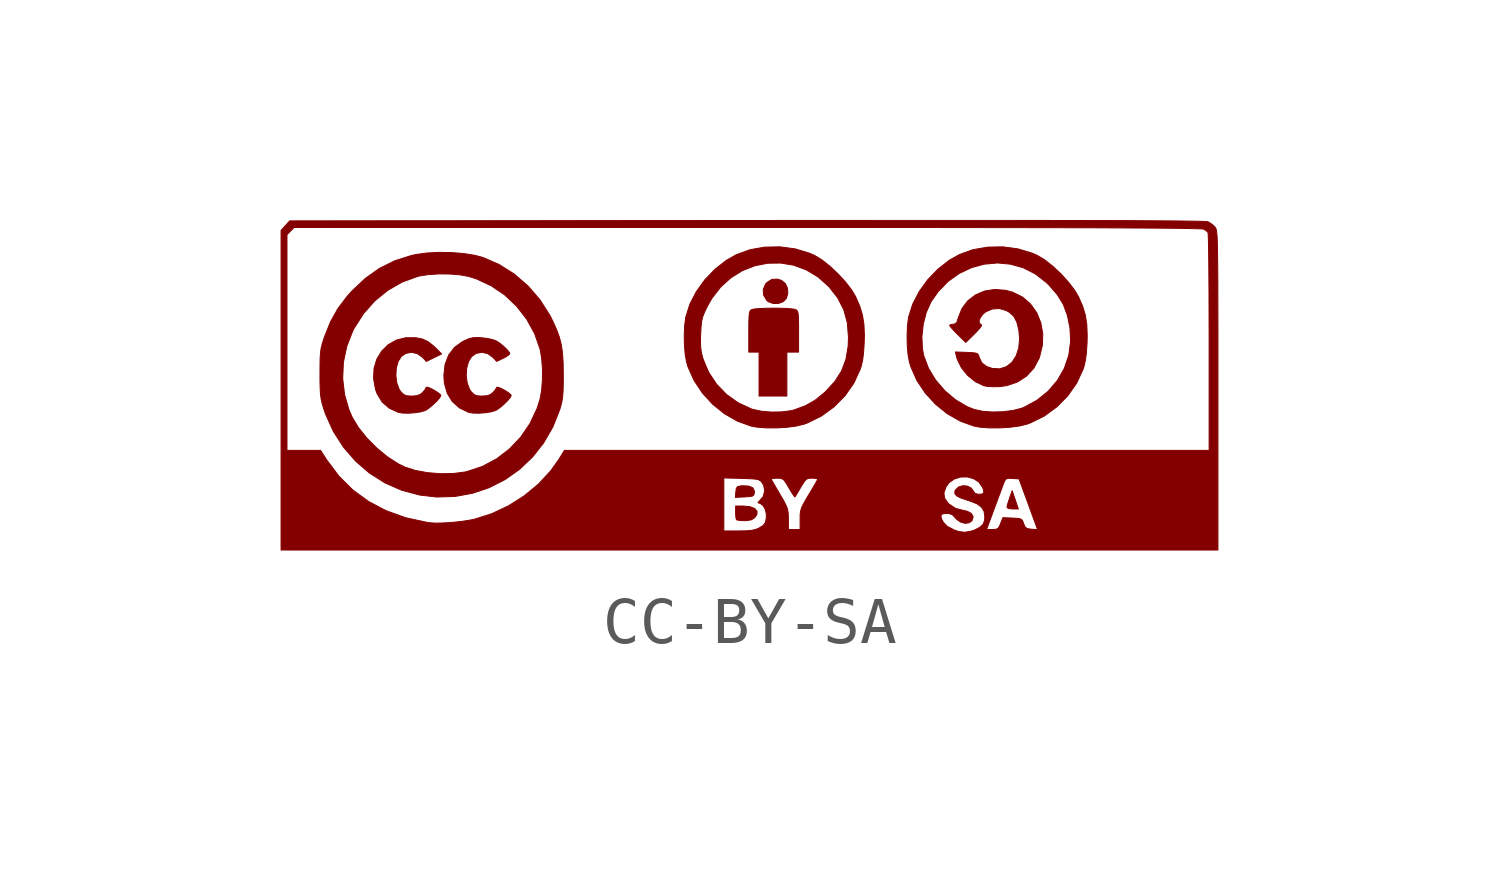
<source format=kicad_sym>
(kicad_symbol_lib
  (version 20231120)
  (generator "kicad_symbol_editor")
  (generator_version "8.0")
  (symbol "CC-BY-SA"
    (pin_names
      (offset 1.016))
    (property "Reference" "#G"
      (at 0 2.869 0)
      (effects (font (size 1.27 1.27)) (hide yes)))
    (symbol "CC-BY-SA_0_0"
      (polyline (pts (xy 5.686 -2.464) (xy 5.62 -2.269) (xy 5.565 -2.425) (xy 5.545 -2.484) (xy 5.519 -2.57) (xy 5.508 -2.62) (xy 5.508 -2.623) (xy 5.541 -2.65) (xy 5.628 -2.659) (xy 5.752 -2.659) (xy 5.686 -2.464)) (stroke (width 0.01) (type default)) (fill (type outline)))
      (polyline (pts (xy -0.088 -2.402) (xy -0.07 -2.401) (xy 0.03 -2.394) (xy 0.085 -2.381) (xy 0.11 -2.355) (xy 0.119 -2.309) (xy 0.12 -2.279) (xy 0.087 -2.208) (xy 0.002 -2.17) (xy -0.134 -2.164) (xy -0.178 -2.168) (xy -0.239 -2.182) (xy -0.266 -2.218) (xy -0.276 -2.293) (xy -0.285 -2.412) (xy -0.088 -2.402)) (stroke (width 0.01) (type default)) (fill (type outline)))
      (polyline (pts (xy -0.052 -2.908) (xy 0.054 -2.891) (xy 0.125 -2.847) (xy 0.174 -2.777) (xy 0.176 -2.706) (xy 0.125 -2.648) (xy 0.026 -2.61) (xy -0.116 -2.596) (xy -0.281 -2.596) (xy -0.281 -2.732) (xy -0.281 -2.767) (xy -0.274 -2.847) (xy -0.261 -2.888) (xy -0.246 -2.895) (xy -0.181 -2.905) (xy -0.089 -2.909) (xy -0.052 -2.908)) (stroke (width 0.01) (type default)) (fill (type outline)))
      (polyline (pts (xy 0.637 1.726) (xy 0.741 1.767) (xy 0.801 1.834) (xy 0.833 1.938) (xy 0.826 2.05) (xy 0.781 2.149) (xy 0.7 2.217) (xy 0.615 2.245) (xy 0.493 2.24) (xy 0.39 2.175) (xy 0.357 2.138) (xy 0.308 2.023) (xy 0.317 1.903) (xy 0.384 1.791) (xy 0.418 1.762) (xy 0.521 1.725) (xy 0.637 1.726)) (stroke (width 0.01) (type default)) (fill (type outline)))
      (polyline (pts (xy 0.813 0.219) (xy 0.813 0.688) (xy 0.938 0.688) (xy 1.063 0.688) (xy 1.063 1.125) (xy 1.063 1.281) (xy 1.06 1.409) (xy 1.055 1.494) (xy 1.044 1.547) (xy 1.027 1.577) (xy 1.003 1.594) (xy 0.995 1.598) (xy 0.924 1.61) (xy 0.811 1.619) (xy 0.669 1.624) (xy 0.513 1.626) (xy 0.359 1.623) (xy 0.223 1.617) (xy 0.118 1.608) (xy 0.06 1.594) (xy 0.039 1.579) (xy 0.021 1.551) (xy 0.01 1.502) (xy 0.004 1.422) (xy 0.001 1.3) (xy 0 1.125) (xy 0 0.688) (xy 0.11 0.688) (xy 0.219 0.688) (xy 0.219 0.219) (xy 0.219 -0.25) (xy 0.516 -0.25) (xy 0.813 -0.25) (xy 0.813 0.219)) (stroke (width 0.01) (type default)) (fill (type outline)))
      (polyline (pts (xy -7.119 -0.606) (xy -6.989 -0.585) (xy -6.897 -0.555) (xy -6.889 -0.551) (xy -6.813 -0.499) (xy -6.728 -0.427) (xy -6.649 -0.35) (xy -6.592 -0.282) (xy -6.569 -0.237) (xy -6.584 -0.215) (xy -6.641 -0.17) (xy -6.726 -0.117) (xy -6.794 -0.083) (xy -6.857 -0.06) (xy -6.882 -0.064) (xy -6.882 -0.067) (xy -6.907 -0.113) (xy -6.959 -0.173) (xy -7.005 -0.212) (xy -7.08 -0.242) (xy -7.19 -0.25) (xy -7.207 -0.25) (xy -7.302 -0.243) (xy -7.366 -0.215) (xy -7.424 -0.157) (xy -7.459 -0.106) (xy -7.509 0.029) (xy -7.529 0.185) (xy -7.52 0.345) (xy -7.481 0.488) (xy -7.413 0.595) (xy -7.319 0.66) (xy -7.195 0.684) (xy -7.069 0.654) (xy -6.956 0.572) (xy -6.879 0.489) (xy -6.716 0.569) (xy -6.553 0.649) (xy -6.694 0.79) (xy -6.727 0.821) (xy -6.848 0.913) (xy -6.96 0.966) (xy -7.1 0.994) (xy -7.319 0.995) (xy -7.517 0.945) (xy -7.69 0.848) (xy -7.83 0.712) (xy -7.934 0.542) (xy -7.995 0.345) (xy -8.006 0.127) (xy -7.964 -0.106) (xy -7.928 -0.203) (xy -7.823 -0.376) (xy -7.674 -0.507) (xy -7.476 -0.598) (xy -7.39 -0.613) (xy -7.261 -0.616) (xy -7.119 -0.606)) (stroke (width 0.01) (type default)) (fill (type outline)))
      (polyline (pts (xy -5.617 -0.606) (xy -5.488 -0.585) (xy -5.396 -0.555) (xy -5.388 -0.551) (xy -5.311 -0.499) (xy -5.227 -0.427) (xy -5.148 -0.35) (xy -5.09 -0.282) (xy -5.068 -0.237) (xy -5.082 -0.215) (xy -5.139 -0.17) (xy -5.224 -0.117) (xy -5.293 -0.083) (xy -5.356 -0.06) (xy -5.38 -0.064) (xy -5.381 -0.067) (xy -5.405 -0.113) (xy -5.457 -0.173) (xy -5.504 -0.212) (xy -5.579 -0.242) (xy -5.689 -0.25) (xy -5.706 -0.25) (xy -5.801 -0.243) (xy -5.864 -0.215) (xy -5.923 -0.157) (xy -5.957 -0.106) (xy -6.007 0.029) (xy -6.028 0.185) (xy -6.018 0.345) (xy -5.979 0.488) (xy -5.911 0.595) (xy -5.817 0.66) (xy -5.693 0.684) (xy -5.567 0.654) (xy -5.455 0.572) (xy -5.378 0.489) (xy -5.239 0.557) (xy -5.19 0.582) (xy -5.125 0.625) (xy -5.099 0.654) (xy -5.108 0.679) (xy -5.156 0.739) (xy -5.229 0.81) (xy -5.313 0.878) (xy -5.391 0.928) (xy -5.46 0.953) (xy -5.574 0.979) (xy -5.7 0.994) (xy -5.782 0.999) (xy -5.886 0.995) (xy -5.976 0.972) (xy -6.083 0.924) (xy -6.107 0.912) (xy -6.279 0.788) (xy -6.404 0.624) (xy -6.481 0.422) (xy -6.506 0.188) (xy -6.495 0.027) (xy -6.435 -0.187) (xy -6.327 -0.365) (xy -6.173 -0.503) (xy -5.975 -0.598) (xy -5.889 -0.613) (xy -5.759 -0.616) (xy -5.617 -0.606)) (stroke (width 0.01) (type default)) (fill (type outline)))
      (polyline (pts (xy 5.34 -0.049) (xy 5.503 -0.028) (xy 5.73 0.049) (xy 5.925 0.175) (xy 6.082 0.345) (xy 6.194 0.556) (xy 6.204 0.584) (xy 6.265 0.834) (xy 6.273 1.08) (xy 6.231 1.314) (xy 6.144 1.527) (xy 6.013 1.712) (xy 5.843 1.861) (xy 5.636 1.964) (xy 5.478 2.007) (xy 5.248 2.025) (xy 5.032 1.991) (xy 4.839 1.91) (xy 4.675 1.784) (xy 4.549 1.618) (xy 4.468 1.415) (xy 4.444 1.337) (xy 4.411 1.294) (xy 4.36 1.282) (xy 4.312 1.277) (xy 4.285 1.258) (xy 4.286 1.254) (xy 4.315 1.215) (xy 4.376 1.147) (xy 4.458 1.063) (xy 4.63 0.894) (xy 4.819 1.08) (xy 4.846 1.107) (xy 4.93 1.199) (xy 4.968 1.255) (xy 4.959 1.277) (xy 4.929 1.293) (xy 4.913 1.345) (xy 4.938 1.42) (xy 5 1.501) (xy 5.057 1.548) (xy 5.194 1.607) (xy 5.347 1.617) (xy 5.494 1.575) (xy 5.565 1.534) (xy 5.658 1.446) (xy 5.721 1.324) (xy 5.762 1.155) (xy 5.778 0.973) (xy 5.76 0.775) (xy 5.704 0.605) (xy 5.615 0.47) (xy 5.497 0.377) (xy 5.356 0.331) (xy 5.194 0.34) (xy 5.073 0.381) (xy 4.972 0.46) (xy 4.917 0.576) (xy 4.905 0.617) (xy 4.885 0.649) (xy 4.845 0.667) (xy 4.772 0.676) (xy 4.65 0.682) (xy 4.409 0.691) (xy 4.429 0.604) (xy 4.446 0.542) (xy 4.536 0.356) (xy 4.67 0.19) (xy 4.835 0.056) (xy 5.016 -0.03) (xy 5.095 -0.044) (xy 5.212 -0.051) (xy 5.34 -0.049)) (stroke (width 0.01) (type default)) (fill (type outline)))
      (polyline (pts (xy 5.573 -0.916) (xy 5.779 -0.888) (xy 5.943 -0.847) (xy 6.008 -0.823) (xy 6.305 -0.676) (xy 6.574 -0.48) (xy 6.807 -0.244) (xy 6.996 0.026) (xy 7.133 0.322) (xy 7.154 0.385) (xy 7.184 0.52) (xy 7.205 0.683) (xy 7.218 0.892) (xy 7.221 1.05) (xy 7.212 1.28) (xy 7.18 1.481) (xy 7.121 1.674) (xy 7.031 1.877) (xy 6.95 2.013) (xy 6.818 2.184) (xy 6.66 2.357) (xy 6.488 2.519) (xy 6.317 2.654) (xy 6.162 2.748) (xy 6.052 2.797) (xy 5.746 2.89) (xy 5.423 2.934) (xy 5.097 2.928) (xy 4.781 2.873) (xy 4.49 2.767) (xy 4.279 2.648) (xy 4.036 2.458) (xy 3.818 2.231) (xy 3.635 1.978) (xy 3.497 1.71) (xy 3.411 1.439) (xy 3.408 1.423) (xy 3.386 1.251) (xy 3.378 1.048) (xy 3.378 1.012) (xy 3.694 1.012) (xy 3.722 1.28) (xy 3.787 1.535) (xy 3.887 1.758) (xy 4.04 1.978) (xy 4.251 2.195) (xy 4.49 2.366) (xy 4.75 2.489) (xy 5.024 2.564) (xy 5.304 2.59) (xy 5.584 2.564) (xy 5.857 2.487) (xy 6.114 2.356) (xy 6.351 2.171) (xy 6.406 2.117) (xy 6.583 1.913) (xy 6.712 1.703) (xy 6.798 1.472) (xy 6.853 1.203) (xy 6.867 0.922) (xy 6.828 0.622) (xy 6.732 0.34) (xy 6.584 0.082) (xy 6.387 -0.148) (xy 6.145 -0.342) (xy 5.861 -0.495) (xy 5.821 -0.51) (xy 5.638 -0.557) (xy 5.423 -0.584) (xy 5.198 -0.59) (xy 4.985 -0.574) (xy 4.806 -0.534) (xy 4.655 -0.474) (xy 4.408 -0.327) (xy 4.182 -0.135) (xy 3.987 0.091) (xy 3.835 0.342) (xy 3.735 0.606) (xy 3.706 0.753) (xy 3.694 1.012) (xy 3.378 1.012) (xy 3.381 0.838) (xy 3.397 0.642) (xy 3.425 0.485) (xy 3.46 0.369) (xy 3.587 0.082) (xy 3.765 -0.185) (xy 3.985 -0.425) (xy 4.237 -0.628) (xy 4.514 -0.786) (xy 4.806 -0.891) (xy 4.925 -0.913) (xy 5.125 -0.929) (xy 5.349 -0.93) (xy 5.573 -0.916)) (stroke (width 0.01) (type default)) (fill (type outline)))
      (polyline (pts (xy 0.819 -0.916) (xy 1.024 -0.888) (xy 1.189 -0.847) (xy 1.253 -0.823) (xy 1.55 -0.676) (xy 1.82 -0.48) (xy 2.053 -0.244) (xy 2.242 0.026) (xy 2.378 0.322) (xy 2.399 0.385) (xy 2.43 0.52) (xy 2.45 0.683) (xy 2.463 0.892) (xy 2.467 1.05) (xy 2.457 1.28) (xy 2.425 1.481) (xy 2.366 1.674) (xy 2.276 1.877) (xy 2.195 2.013) (xy 2.064 2.184) (xy 1.905 2.357) (xy 1.733 2.519) (xy 1.563 2.654) (xy 1.408 2.748) (xy 1.298 2.797) (xy 0.992 2.89) (xy 0.668 2.934) (xy 0.342 2.928) (xy 0.027 2.873) (xy -0.265 2.767) (xy -0.475 2.648) (xy -0.719 2.458) (xy -0.937 2.231) (xy -1.119 1.978) (xy -1.258 1.71) (xy -1.343 1.439) (xy -1.347 1.423) (xy -1.368 1.251) (xy -1.377 1.048) (xy -1.375 0.914) (xy -1.03 0.914) (xy -1.026 1.082) (xy -1.025 1.092) (xy -1.017 1.242) (xy -1.004 1.353) (xy -0.981 1.446) (xy -0.942 1.543) (xy -0.883 1.666) (xy -0.788 1.833) (xy -0.6 2.076) (xy -0.381 2.274) (xy -0.136 2.426) (xy 0.127 2.529) (xy 0.401 2.584) (xy 0.68 2.588) (xy 0.957 2.542) (xy 1.226 2.443) (xy 1.478 2.292) (xy 1.709 2.085) (xy 1.713 2.081) (xy 1.899 1.842) (xy 2.028 1.589) (xy 2.103 1.312) (xy 2.127 1.002) (xy 2.12 0.812) (xy 2.073 0.533) (xy 1.979 0.285) (xy 1.834 0.058) (xy 1.633 -0.16) (xy 1.617 -0.175) (xy 1.416 -0.338) (xy 1.209 -0.456) (xy 0.972 -0.544) (xy 0.894 -0.563) (xy 0.697 -0.588) (xy 0.479 -0.591) (xy 0.267 -0.573) (xy 0.087 -0.534) (xy 0.051 -0.522) (xy -0.227 -0.393) (xy -0.476 -0.215) (xy -0.688 0.005) (xy -0.857 0.259) (xy -0.974 0.539) (xy -0.98 0.558) (xy -1.01 0.675) (xy -1.026 0.786) (xy -1.03 0.914) (xy -1.375 0.914) (xy -1.373 0.838) (xy -1.357 0.642) (xy -1.33 0.485) (xy -1.295 0.369) (xy -1.167 0.082) (xy -0.989 -0.185) (xy -0.77 -0.425) (xy -0.517 -0.628) (xy -0.241 -0.786) (xy 0.051 -0.891) (xy 0.17 -0.913) (xy 0.371 -0.929) (xy 0.594 -0.93) (xy 0.819 -0.916)) (stroke (width 0.01) (type default)) (fill (type outline)))
      (polyline (pts (xy -6.274 -2.393) (xy -5.897 -2.325) (xy -5.538 -2.204) (xy -5.202 -2.033) (xy -4.892 -1.815) (xy -4.615 -1.552) (xy -4.376 -1.248) (xy -4.179 -0.907) (xy -4.03 -0.53) (xy -4.008 -0.454) (xy -3.986 -0.362) (xy -3.971 -0.264) (xy -3.962 -0.147) (xy -3.958 0.004) (xy -3.957 0.203) (xy -3.957 0.217) (xy -3.961 0.466) (xy -3.974 0.669) (xy -3.999 0.842) (xy -4.039 1.001) (xy -4.098 1.163) (xy -4.178 1.342) (xy -4.243 1.471) (xy -4.455 1.804) (xy -4.711 2.1) (xy -5.004 2.353) (xy -5.329 2.558) (xy -5.678 2.709) (xy -5.849 2.754) (xy -6.085 2.791) (xy -6.347 2.812) (xy -6.617 2.816) (xy -6.875 2.802) (xy -7.104 2.77) (xy -7.199 2.749) (xy -7.553 2.637) (xy -7.879 2.475) (xy -8.183 2.259) (xy -8.472 1.986) (xy -8.574 1.872) (xy -8.767 1.615) (xy -8.92 1.343) (xy -9.046 1.032) (xy -9.071 0.959) (xy -9.102 0.859) (xy -9.124 0.77) (xy -9.137 0.678) (xy -9.145 0.568) (xy -9.148 0.425) (xy -9.149 0.235) (xy -9.149 0.125) (xy -8.664 0.125) (xy -8.649 0.473) (xy -8.576 0.815) (xy -8.448 1.142) (xy -8.418 1.2) (xy -8.22 1.509) (xy -7.981 1.779) (xy -7.704 2.005) (xy -7.398 2.181) (xy -7.067 2.302) (xy -7.032 2.311) (xy -6.839 2.341) (xy -6.614 2.356) (xy -6.379 2.354) (xy -6.159 2.336) (xy -5.975 2.302) (xy -5.813 2.251) (xy -5.497 2.104) (xy -5.208 1.908) (xy -4.953 1.667) (xy -4.738 1.39) (xy -4.569 1.082) (xy -4.453 0.751) (xy -4.451 0.743) (xy -4.419 0.553) (xy -4.402 0.328) (xy -4.403 0.093) (xy -4.42 -0.128) (xy -4.453 -0.313) (xy -4.518 -0.517) (xy -4.668 -0.836) (xy -4.866 -1.126) (xy -5.106 -1.379) (xy -5.381 -1.59) (xy -5.686 -1.752) (xy -6.014 -1.861) (xy -6.054 -1.87) (xy -6.303 -1.902) (xy -6.576 -1.907) (xy -6.853 -1.884) (xy -7.113 -1.837) (xy -7.335 -1.766) (xy -7.484 -1.693) (xy -7.713 -1.544) (xy -7.939 -1.357) (xy -8.148 -1.147) (xy -8.325 -0.927) (xy -8.457 -0.711) (xy -8.527 -0.552) (xy -8.624 -0.22) (xy -8.664 0.125) (xy -9.149 0.125) (xy -9.149 0.074) (xy -9.145 -0.086) (xy -9.138 -0.208) (xy -9.125 -0.309) (xy -9.105 -0.401) (xy -9.076 -0.499) (xy -9.03 -0.636) (xy -8.862 -1.006) (xy -8.646 -1.342) (xy -8.388 -1.639) (xy -8.092 -1.894) (xy -7.763 -2.103) (xy -7.404 -2.26) (xy -7.022 -2.362) (xy -6.662 -2.404) (xy -6.274 -2.393)) (stroke (width 0.01) (type default)) (fill (type outline)))
      (polyline (pts (xy 10.01 -0.129) (xy 10.01 0.256) (xy 10.01 0.749) (xy 10.01 1.185) (xy 10.009 1.568) (xy 10.008 1.902) (xy 10.008 2.19) (xy 10.006 2.435) (xy 10.004 2.642) (xy 10.002 2.813) (xy 9.999 2.953) (xy 9.996 3.065) (xy 9.992 3.152) (xy 9.987 3.217) (xy 9.981 3.266) (xy 9.974 3.3) (xy 9.967 3.324) (xy 9.958 3.341) (xy 9.948 3.354) (xy 9.884 3.416) (xy 9.8 3.468) (xy 9.793 3.47) (xy 9.755 3.473) (xy 9.682 3.477) (xy 9.575 3.48) (xy 9.43 3.482) (xy 9.247 3.485) (xy 9.025 3.487) (xy 8.761 3.489) (xy 8.455 3.491) (xy 8.105 3.493) (xy 7.71 3.494) (xy 7.268 3.495) (xy 6.778 3.496) (xy 6.238 3.497) (xy 5.647 3.498) (xy 5.003 3.498) (xy 4.306 3.498) (xy 3.553 3.498) (xy 2.743 3.498) (xy 1.875 3.497) (xy 0.947 3.497) (xy -0.042 3.496) (xy -9.796 3.488) (xy -9.887 3.386) (xy -9.979 3.284) (xy -9.979 3.193) (xy -9.853 3.193) (xy -9.777 3.27) (xy -9.7 3.347) (xy -0.031 3.347) (xy 0.344 3.347) (xy 1.304 3.347) (xy 2.204 3.347) (xy 3.044 3.346) (xy 3.827 3.346) (xy 4.553 3.345) (xy 5.225 3.344) (xy 5.843 3.343) (xy 6.409 3.342) (xy 6.925 3.341) (xy 7.392 3.34) (xy 7.811 3.338) (xy 8.185 3.336) (xy 8.513 3.334) (xy 8.799 3.332) (xy 9.042 3.33) (xy 9.245 3.327) (xy 9.41 3.324) (xy 9.537 3.321) (xy 9.627 3.318) (xy 9.684 3.315) (xy 9.707 3.311) (xy 9.754 3.282) (xy 9.798 3.241) (xy 9.802 3.207) (xy 9.805 3.115) (xy 9.809 2.971) (xy 9.812 2.779) (xy 9.815 2.544) (xy 9.817 2.271) (xy 9.819 1.965) (xy 9.82 1.631) (xy 9.821 1.274) (xy 9.822 0.899) (xy 9.822 -1.408) (xy 2.945 -1.408) (xy -3.933 -1.408) (xy -4.052 -1.602) (xy -4.228 -1.848) (xy -4.489 -2.129) (xy -4.792 -2.379) (xy -5.127 -2.592) (xy -5.484 -2.76) (xy -5.853 -2.877) (xy -5.956 -2.898) (xy -6.133 -2.925) (xy -6.325 -2.945) (xy -6.514 -2.957) (xy -6.68 -2.961) (xy -6.804 -2.953) (xy -6.872 -2.943) (xy -7.322 -2.845) (xy -7.735 -2.697) (xy -8.11 -2.5) (xy -8.447 -2.254) (xy -8.744 -1.96) (xy -9 -1.619) (xy -9.137 -1.408) (xy -9.495 -1.408) (xy -9.853 -1.408) (xy -9.853 0.893) (xy -9.853 3.193) (xy -9.979 3.193) (xy -9.979 -0.126) (xy -9.979 -3.128) (xy -0.532 -3.128) (xy -0.532 -2.562) (xy -0.532 -1.997) (xy -0.154 -2.007) (xy -0.036 -2.011) (xy 0.087 -2.017) (xy 0.167 -2.025) (xy 0.479 -2.025) (xy 0.481 -2.019) (xy 0.523 -2.007) (xy 0.602 -2.002) (xy 0.655 -2.003) (xy 0.708 -2.013) (xy 0.75 -2.042) (xy 0.794 -2.104) (xy 0.856 -2.208) (xy 0.869 -2.23) (xy 0.924 -2.322) (xy 0.966 -2.384) (xy 0.985 -2.404) (xy 0.985 -2.403) (xy 1.008 -2.368) (xy 1.052 -2.294) (xy 1.109 -2.197) (xy 1.139 -2.147) (xy 1.191 -2.066) (xy 1.234 -2.022) (xy 1.281 -2.005) (xy 1.347 -2.002) (xy 1.373 -2.002) (xy 1.442 -2.009) (xy 1.47 -2.021) (xy 1.457 -2.051) (xy 1.417 -2.123) (xy 1.356 -2.227) (xy 1.282 -2.351) (xy 1.226 -2.445) (xy 1.164 -2.554) (xy 1.125 -2.636) (xy 1.105 -2.707) (xy 1.096 -2.783) (xy 1.096 -2.801) (xy 4.098 -2.801) (xy 4.132 -2.764) (xy 4.217 -2.753) (xy 4.263 -2.755) (xy 4.341 -2.779) (xy 4.405 -2.845) (xy 4.435 -2.88) (xy 4.521 -2.94) (xy 4.615 -2.965) (xy 4.7 -2.955) (xy 4.762 -2.911) (xy 4.786 -2.832) (xy 4.785 -2.818) (xy 4.749 -2.754) (xy 4.659 -2.707) (xy 4.511 -2.673) (xy 4.408 -2.644) (xy 4.269 -2.551) (xy 4.247 -2.529) (xy 4.176 -2.424) (xy 4.164 -2.314) (xy 4.209 -2.187) (xy 4.272 -2.099) (xy 4.386 -2.019) (xy 4.521 -1.978) (xy 4.663 -1.976) (xy 4.797 -2.012) (xy 4.911 -2.086) (xy 4.988 -2.198) (xy 5.003 -2.236) (xy 5.017 -2.305) (xy 4.987 -2.338) (xy 4.909 -2.346) (xy 4.903 -2.346) (xy 4.828 -2.328) (xy 4.786 -2.269) (xy 4.746 -2.212) (xy 4.663 -2.17) (xy 4.566 -2.163) (xy 4.474 -2.191) (xy 4.409 -2.255) (xy 4.399 -2.278) (xy 4.396 -2.333) (xy 4.437 -2.381) (xy 4.527 -2.426) (xy 4.673 -2.475) (xy 4.721 -2.49) (xy 4.871 -2.55) (xy 4.968 -2.622) (xy 5.021 -2.712) (xy 5.036 -2.828) (xy 5.032 -2.898) (xy 5.001 -2.984) (xy 4.93 -3.05) (xy 4.838 -3.097) (xy 5.074 -3.097) (xy 5.227 -2.682) (xy 5.239 -2.649) (xy 5.3 -2.486) (xy 5.355 -2.336) (xy 5.401 -2.213) (xy 5.43 -2.133) (xy 5.455 -2.071) (xy 5.487 -2.021) (xy 5.535 -2.005) (xy 5.624 -2.008) (xy 5.767 -2.018) (xy 5.858 -2.268) (xy 5.872 -2.307) (xy 5.931 -2.467) (xy 5.996 -2.645) (xy 6.056 -2.809) (xy 6.162 -3.1) (xy 6.032 -3.091) (xy 6.018 -3.09) (xy 5.939 -3.076) (xy 5.895 -3.042) (xy 5.865 -2.972) (xy 5.856 -2.946) (xy 5.834 -2.897) (xy 5.799 -2.871) (xy 5.735 -2.859) (xy 5.625 -2.853) (xy 5.422 -2.844) (xy 5.372 -2.97) (xy 5.36 -3.002) (xy 5.325 -3.066) (xy 5.279 -3.092) (xy 5.198 -3.097) (xy 5.074 -3.097) (xy 4.838 -3.097) (xy 4.809 -3.111) (xy 4.763 -3.128) (xy 4.61 -3.156) (xy 4.473 -3.139) (xy 4.381 -3.106) (xy 4.235 -3.029) (xy 4.15 -2.941) (xy 4.113 -2.87) (xy 4.098 -2.801) (xy 1.096 -2.801) (xy 1.095 -2.879) (xy 1.095 -3.097) (xy 0.97 -3.097) (xy 0.845 -3.097) (xy 0.845 -2.875) (xy 0.844 -2.822) (xy 0.84 -2.734) (xy 0.826 -2.66) (xy 0.796 -2.583) (xy 0.746 -2.485) (xy 0.668 -2.351) (xy 0.606 -2.245) (xy 0.544 -2.138) (xy 0.499 -2.061) (xy 0.479 -2.025) (xy 0.167 -2.025) (xy 0.168 -2.026) (xy 0.22 -2.04) (xy 0.254 -2.063) (xy 0.283 -2.096) (xy 0.319 -2.158) (xy 0.339 -2.277) (xy 0.306 -2.395) (xy 0.222 -2.494) (xy 0.196 -2.519) (xy 0.211 -2.533) (xy 0.241 -2.538) (xy 0.307 -2.589) (xy 0.356 -2.676) (xy 0.375 -2.781) (xy 0.373 -2.857) (xy 0.354 -2.949) (xy 0.305 -3.012) (xy 0.216 -3.067) (xy 0.147 -3.096) (xy 0.06 -3.115) (xy -0.056 -3.125) (xy -0.218 -3.128) (xy -0.532 -3.128) (xy -9.979 -3.128) (xy -9.979 -3.535) (xy 0.016 -3.535) (xy 10.01 -3.535) (xy 10.01 -0.129)) (stroke (width 0.01) (type default)) (fill (type outline))))))
</source>
